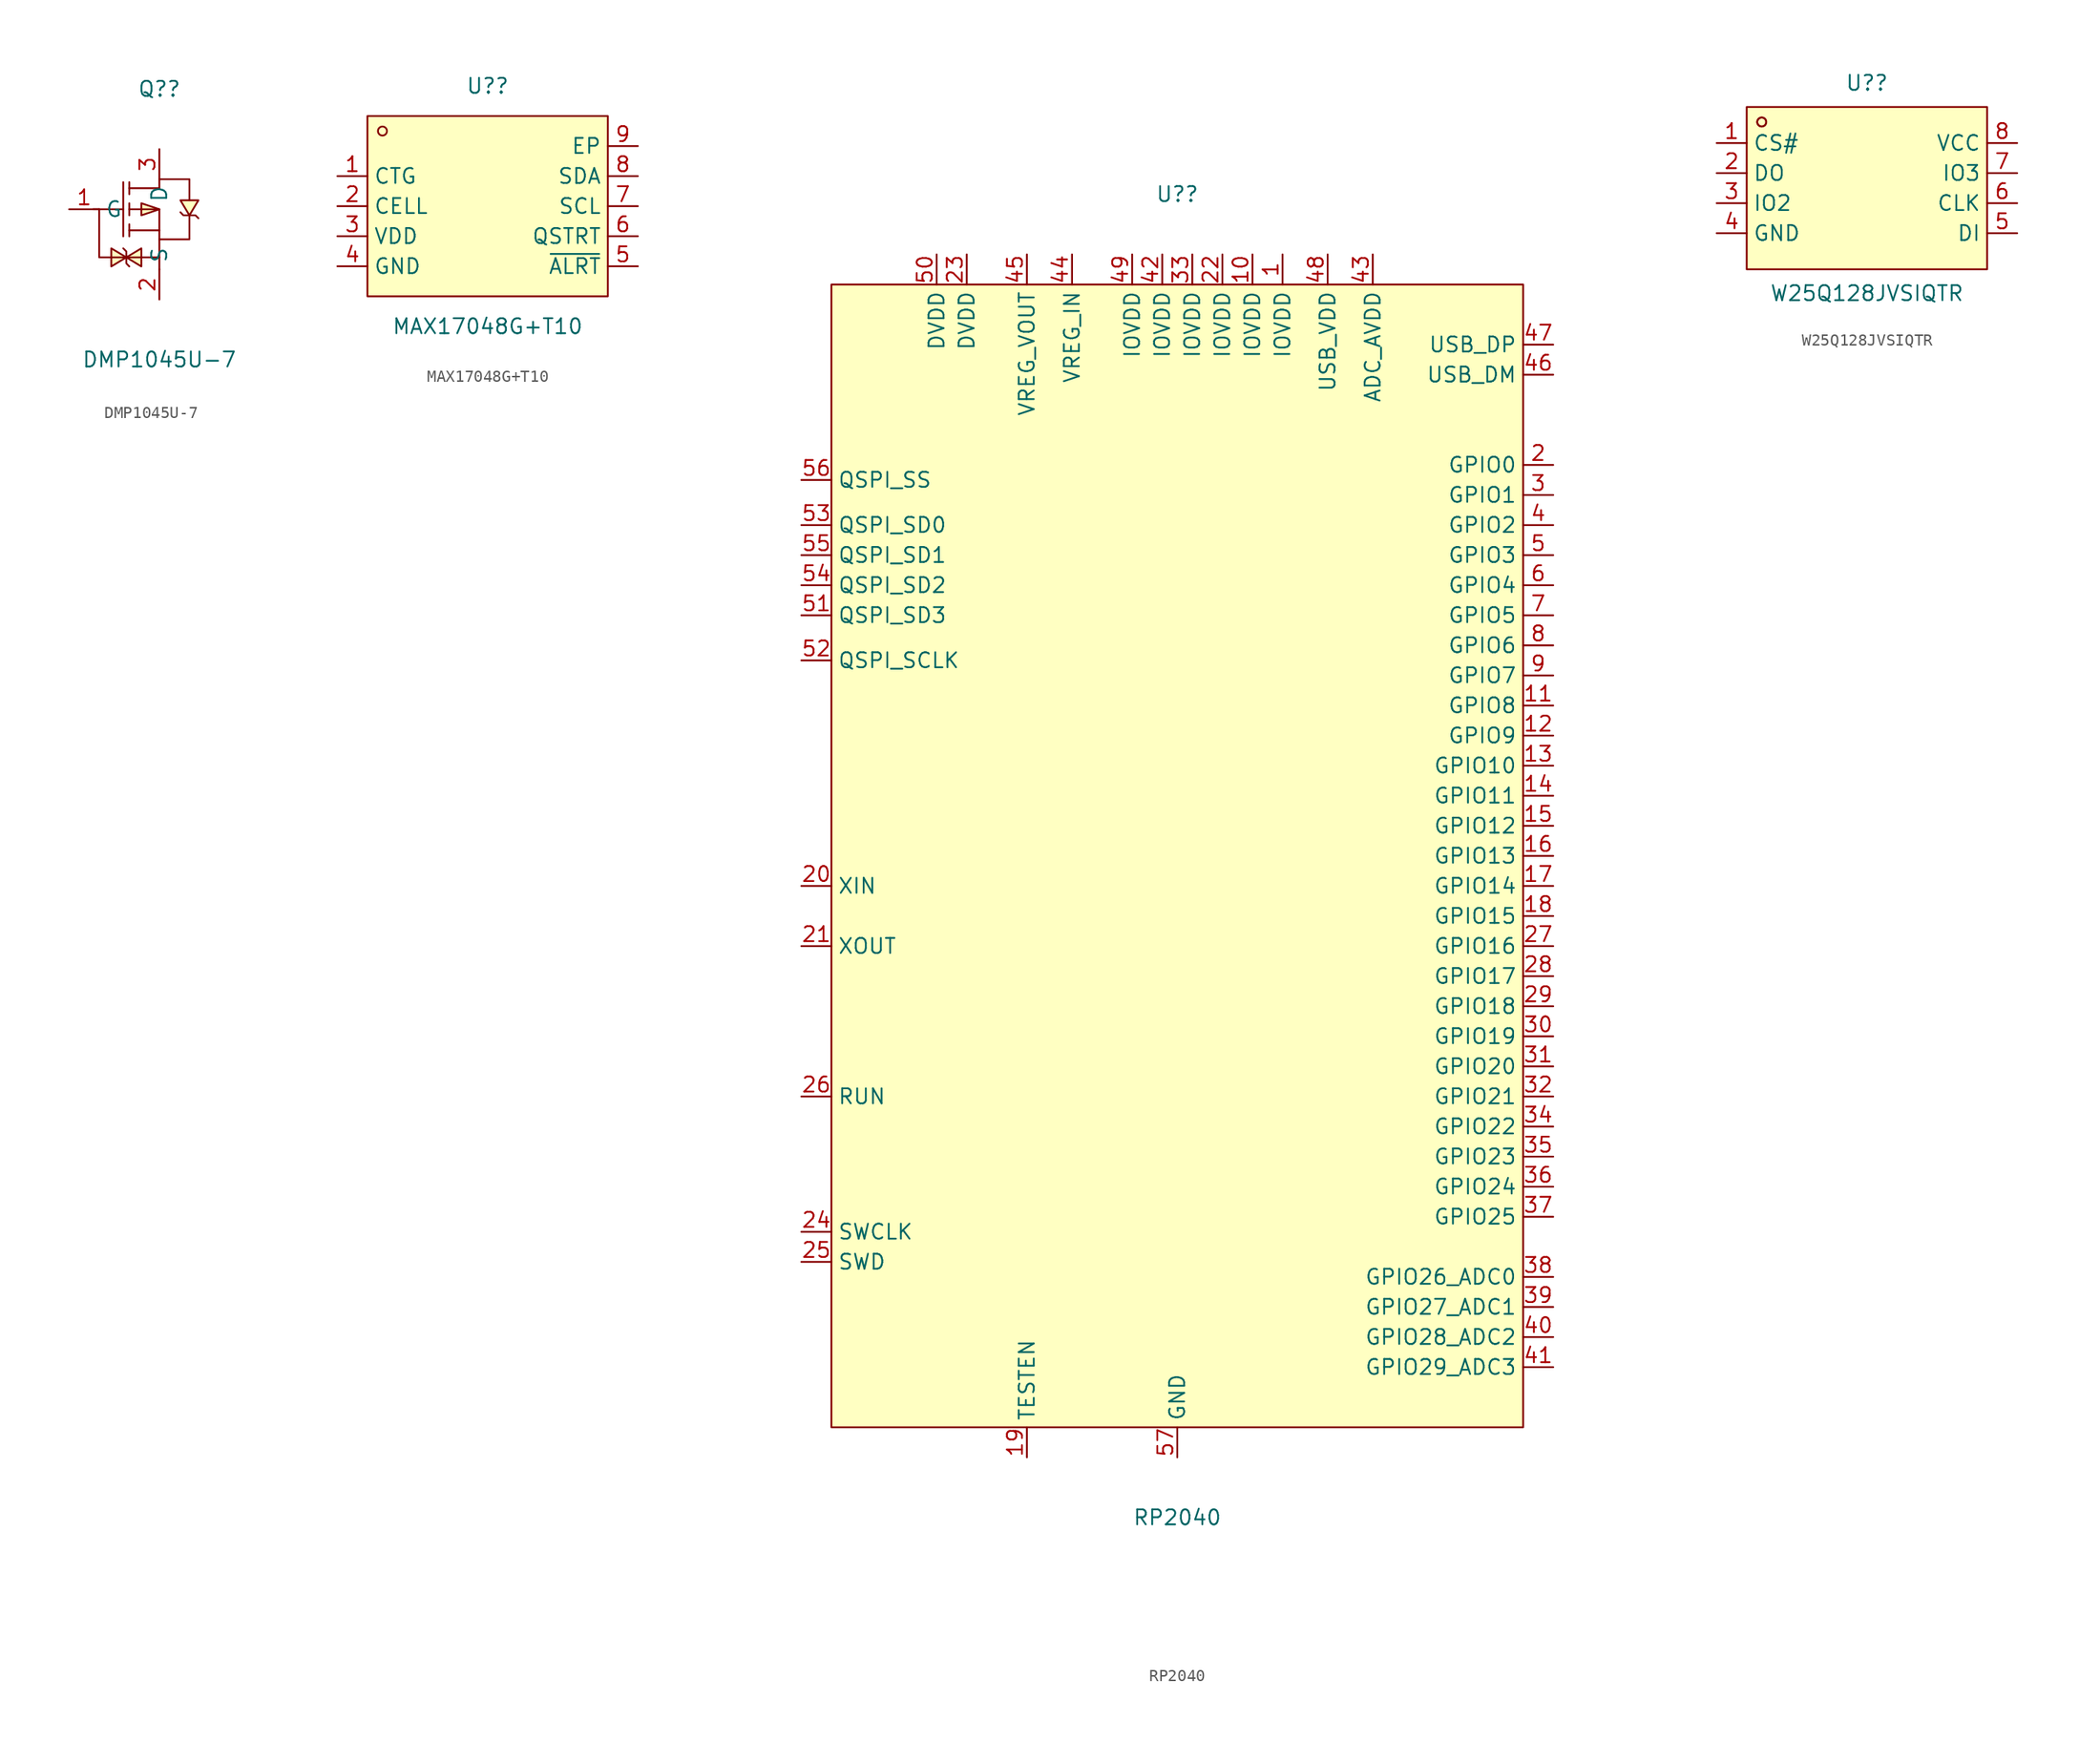
<source format=kicad_sym>
(kicad_symbol_lib
  (version 20211014)
  (generator https://github.com/uPesy/easyeda2kicad.py)
  (symbol "DMP1045U-7"
    (property "Reference" "Q?"
      (at 0 10.16 0)
      (effects (font (size 1.27 1.27))))
    (property "Value" "DMP1045U-7"
      (at 0 -12.7 0)
      (effects (font (size 1.27 1.27))))
    (symbol "DMP1045U-7_0_1"
      (polyline (pts (xy -5.59 0) (xy -3.05 0)) (stroke (width 0) (type default) (color 0 0 0 0)) (fill (type none)))
      (polyline (pts (xy -3.05 2.29) (xy -3.05 -2.29)) (stroke (width 0) (type default) (color 0 0 0 0)) (fill (type none)))
      (polyline (pts (xy -2.54 -2.29) (xy -2.54 -1.27)) (stroke (width 0) (type default) (color 0 0 0 0)) (fill (type none)))
      (polyline (pts (xy -2.54 -0.51) (xy -2.54 0.51)) (stroke (width 0) (type default) (color 0 0 0 0)) (fill (type none)))
      (polyline (pts (xy -2.54 1.27) (xy -2.54 2.29)) (stroke (width 0) (type default) (color 0 0 0 0)) (fill (type none)))
      (polyline (pts (xy 0 -2.54) (xy 0 -5.08)) (stroke (width 0) (type default) (color 0 0 0 0)) (fill (type none)))
      (polyline (pts (xy 0 -1.78) (xy -2.54 -1.78)) (stroke (width 0) (type default) (color 0 0 0 0)) (fill (type none)))
      (polyline (pts (xy 0 1.78) (xy -2.54 1.78)) (stroke (width 0) (type default) (color 0 0 0 0)) (fill (type none)))
      (polyline (pts (xy -2.54 0) (xy 0 0) (xy 0 -2.54)) (stroke (width 0) (type default) (color 0 0 0 0)) (fill (type none)))
      (polyline (pts (xy 0 -2.54) (xy 2.54 -2.54) (xy 2.54 -0.51)) (stroke (width 0) (type default) (color 0 0 0 0)) (fill (type none)))
      (polyline (pts (xy -2.79 -4.06) (xy -4.06 -3.3) (xy -4.06 -4.83) (xy -2.79 -4.06)) (stroke (width 0) (type default) (color 0 0 0 0)) (fill (type background)))
      (polyline (pts (xy -2.79 -4.06) (xy -1.52 -4.83) (xy -1.52 -3.3) (xy -2.79 -4.06)) (stroke (width 0) (type default) (color 0 0 0 0)) (fill (type background)))
      (polyline (pts (xy -2.54 -4.83) (xy -2.79 -4.57) (xy -2.79 -3.56) (xy -3.05 -3.3)) (stroke (width 0) (type default) (color 0 0 0 0)) (fill (type none)))
      (polyline (pts (xy 0 -4.06) (xy -5.08 -4.06) (xy -5.08 -1.52) (xy -5.08 0)) (stroke (width 0) (type default) (color 0 0 0 0)) (fill (type none)))
      (polyline (pts (xy 0 0) (xy -1.52 0.51) (xy -1.52 -0.51) (xy 0 0)) (stroke (width 0) (type default) (color 0 0 0 0)) (fill (type background)))
      (polyline (pts (xy 0 1.78) (xy 0 2.54) (xy 2.54 2.54) (xy 2.54 0.76)) (stroke (width 0) (type default) (color 0 0 0 0)) (fill (type none)))
      (polyline (pts (xy 2.54 -0.51) (xy 3.3 0.76) (xy 1.78 0.76) (xy 2.54 -0.51)) (stroke (width 0) (type default) (color 0 0 0 0)) (fill (type background)))
      (polyline (pts (xy 3.3 -0.76) (xy 3.05 -0.51) (xy 2.03 -0.51) (xy 1.78 -0.25)) (stroke (width 0) (type default) (color 0 0 0 0)) (fill (type none)))
      (pin unspecified line (at -7.62 0 0) (length 2.54) (name "G" (effects (font (size 1.27 1.27)))) (number "1" (effects (font (size 1.27 1.27)))))
      (pin unspecified line (at 0 -7.62 90) (length 2.54) (name "S" (effects (font (size 1.27 1.27)))) (number "2" (effects (font (size 1.27 1.27)))))
      (pin unspecified line (at 0 5.08 270) (length 2.54) (name "D" (effects (font (size 1.27 1.27)))) (number "3" (effects (font (size 1.27 1.27)))))))
  (symbol "MAX17048G+T10"
    (property "Reference" "U?"
      (at 0 10.16 0)
      (effects (font (size 1.27 1.27))))
    (property "Value" "MAX17048G+T10"
      (at 0 -10.16 0)
      (effects (font (size 1.27 1.27))))
    (symbol "MAX17048G+T10_0_1"
      (rectangle (start -10.16 7.62) (end 10.16 -7.62) (stroke (width 0) (type default) (color 0 0 0 0)) (fill (type background)))
      (circle (center -8.89 6.35) (radius 0.38) (stroke (width 0) (type default) (color 0 0 0 0)) (fill (type none)))
      (pin unspecified line (at -12.7 2.54 0) (length 2.54) (name "CTG" (effects (font (size 1.27 1.27)))) (number "1" (effects (font (size 1.27 1.27)))))
      (pin unspecified line (at -12.7 0 0) (length 2.54) (name "CELL" (effects (font (size 1.27 1.27)))) (number "2" (effects (font (size 1.27 1.27)))))
      (pin unspecified line (at -12.7 -2.54 0) (length 2.54) (name "VDD" (effects (font (size 1.27 1.27)))) (number "3" (effects (font (size 1.27 1.27)))))
      (pin unspecified line (at -12.7 -5.08 0) (length 2.54) (name "GND" (effects (font (size 1.27 1.27)))) (number "4" (effects (font (size 1.27 1.27)))))
      (pin unspecified line (at 12.7 -5.08 180) (length 2.54) (name "~{ALRT}" (effects (font (size 1.27 1.27)))) (number "5" (effects (font (size 1.27 1.27)))))
      (pin unspecified line (at 12.7 -2.54 180) (length 2.54) (name "QSTRT" (effects (font (size 1.27 1.27)))) (number "6" (effects (font (size 1.27 1.27)))))
      (pin unspecified line (at 12.7 0 180) (length 2.54) (name "SCL" (effects (font (size 1.27 1.27)))) (number "7" (effects (font (size 1.27 1.27)))))
      (pin unspecified line (at 12.7 2.54 180) (length 2.54) (name "SDA" (effects (font (size 1.27 1.27)))) (number "8" (effects (font (size 1.27 1.27)))))
      (pin unspecified line (at 12.7 5.08 180) (length 2.54) (name "EP" (effects (font (size 1.27 1.27)))) (number "9" (effects (font (size 1.27 1.27)))))))
  (symbol "RP2040"
    (property "Reference" "U?"
      (at 0 58.42 0)
      (effects (font (size 1.27 1.27))))
    (property "Value" "RP2040"
      (at 0 -53.34 0)
      (effects (font (size 1.27 1.27))))
    (symbol "RP2040_0_1"
      (rectangle (start -29.21 50.80) (end 29.21 -45.72) (stroke (width 0) (type default) (color 0 0 0 0)) (fill (type background)))
      (pin bidirectional line (at 31.75 17.78 180) (length 2.54) (name "GPIO7" (effects (font (size 1.27 1.27)))) (number "9" (effects (font (size 1.27 1.27)))))
      (pin bidirectional line (at 31.75 20.32 180) (length 2.54) (name "GPIO6" (effects (font (size 1.27 1.27)))) (number "8" (effects (font (size 1.27 1.27)))))
      (pin bidirectional line (at 31.75 22.86 180) (length 2.54) (name "GPIO5" (effects (font (size 1.27 1.27)))) (number "7" (effects (font (size 1.27 1.27)))))
      (pin bidirectional line (at 31.75 25.40 180) (length 2.54) (name "GPIO4" (effects (font (size 1.27 1.27)))) (number "6" (effects (font (size 1.27 1.27)))))
      (pin bidirectional line (at 0.00 -48.26 90) (length 2.54) (name "GND" (effects (font (size 1.27 1.27)))) (number "57" (effects (font (size 1.27 1.27)))))
      (pin bidirectional line (at -31.75 34.29 0) (length 2.54) (name "QSPI_SS" (effects (font (size 1.27 1.27)))) (number "56" (effects (font (size 1.27 1.27)))))
      (pin bidirectional line (at -31.75 27.94 0) (length 2.54) (name "QSPI_SD1" (effects (font (size 1.27 1.27)))) (number "55" (effects (font (size 1.27 1.27)))))
      (pin bidirectional line (at -31.75 25.40 0) (length 2.54) (name "QSPI_SD2" (effects (font (size 1.27 1.27)))) (number "54" (effects (font (size 1.27 1.27)))))
      (pin bidirectional line (at -31.75 30.48 0) (length 2.54) (name "QSPI_SD0" (effects (font (size 1.27 1.27)))) (number "53" (effects (font (size 1.27 1.27)))))
      (pin output line (at -31.75 19.05 0) (length 2.54) (name "QSPI_SCLK" (effects (font (size 1.27 1.27)))) (number "52" (effects (font (size 1.27 1.27)))))
      (pin bidirectional line (at -31.75 22.86 0) (length 2.54) (name "QSPI_SD3" (effects (font (size 1.27 1.27)))) (number "51" (effects (font (size 1.27 1.27)))))
      (pin bidirectional line (at -20.32 53.34 270) (length 2.54) (name "DVDD" (effects (font (size 1.27 1.27)))) (number "50" (effects (font (size 1.27 1.27)))))
      (pin bidirectional line (at 31.75 27.94 180) (length 2.54) (name "GPIO3" (effects (font (size 1.27 1.27)))) (number "5" (effects (font (size 1.27 1.27)))))
      (pin bidirectional line (at -3.81 53.34 270) (length 2.54) (name "IOVDD" (effects (font (size 1.27 1.27)))) (number "49" (effects (font (size 1.27 1.27)))))
      (pin bidirectional line (at 12.70 53.34 270) (length 2.54) (name "USB_VDD" (effects (font (size 1.27 1.27)))) (number "48" (effects (font (size 1.27 1.27)))))
      (pin bidirectional line (at 31.75 45.72 180) (length 2.54) (name "USB_DP" (effects (font (size 1.27 1.27)))) (number "47" (effects (font (size 1.27 1.27)))))
      (pin bidirectional line (at 31.75 43.18 180) (length 2.54) (name "USB_DM" (effects (font (size 1.27 1.27)))) (number "46" (effects (font (size 1.27 1.27)))))
      (pin bidirectional line (at -12.70 53.34 270) (length 2.54) (name "VREG_VOUT" (effects (font (size 1.27 1.27)))) (number "45" (effects (font (size 1.27 1.27)))))
      (pin bidirectional line (at -8.89 53.34 270) (length 2.54) (name "VREG_IN" (effects (font (size 1.27 1.27)))) (number "44" (effects (font (size 1.27 1.27)))))
      (pin bidirectional line (at 16.51 53.34 270) (length 2.54) (name "ADC_AVDD" (effects (font (size 1.27 1.27)))) (number "43" (effects (font (size 1.27 1.27)))))
      (pin bidirectional line (at -1.27 53.34 270) (length 2.54) (name "IOVDD" (effects (font (size 1.27 1.27)))) (number "42" (effects (font (size 1.27 1.27)))))
      (pin bidirectional line (at 31.75 -40.64 180) (length 2.54) (name "GPIO29_ADC3" (effects (font (size 1.27 1.27)))) (number "41" (effects (font (size 1.27 1.27)))))
      (pin bidirectional line (at 31.75 -38.10 180) (length 2.54) (name "GPIO28_ADC2" (effects (font (size 1.27 1.27)))) (number "40" (effects (font (size 1.27 1.27)))))
      (pin bidirectional line (at 31.75 30.48 180) (length 2.54) (name "GPIO2" (effects (font (size 1.27 1.27)))) (number "4" (effects (font (size 1.27 1.27)))))
      (pin bidirectional line (at 31.75 -35.56 180) (length 2.54) (name "GPIO27_ADC1" (effects (font (size 1.27 1.27)))) (number "39" (effects (font (size 1.27 1.27)))))
      (pin bidirectional line (at 31.75 -33.02 180) (length 2.54) (name "GPIO26_ADC0" (effects (font (size 1.27 1.27)))) (number "38" (effects (font (size 1.27 1.27)))))
      (pin bidirectional line (at 31.75 -27.94 180) (length 2.54) (name "GPIO25" (effects (font (size 1.27 1.27)))) (number "37" (effects (font (size 1.27 1.27)))))
      (pin bidirectional line (at 31.75 -25.40 180) (length 2.54) (name "GPIO24" (effects (font (size 1.27 1.27)))) (number "36" (effects (font (size 1.27 1.27)))))
      (pin bidirectional line (at 31.75 -22.86 180) (length 2.54) (name "GPIO23" (effects (font (size 1.27 1.27)))) (number "35" (effects (font (size 1.27 1.27)))))
      (pin bidirectional line (at 31.75 -20.32 180) (length 2.54) (name "GPIO22" (effects (font (size 1.27 1.27)))) (number "34" (effects (font (size 1.27 1.27)))))
      (pin bidirectional line (at 1.27 53.34 270) (length 2.54) (name "IOVDD" (effects (font (size 1.27 1.27)))) (number "33" (effects (font (size 1.27 1.27)))))
      (pin bidirectional line (at 31.75 -17.78 180) (length 2.54) (name "GPIO21" (effects (font (size 1.27 1.27)))) (number "32" (effects (font (size 1.27 1.27)))))
      (pin bidirectional line (at 31.75 -15.24 180) (length 2.54) (name "GPIO20" (effects (font (size 1.27 1.27)))) (number "31" (effects (font (size 1.27 1.27)))))
      (pin bidirectional line (at 31.75 -12.70 180) (length 2.54) (name "GPIO19" (effects (font (size 1.27 1.27)))) (number "30" (effects (font (size 1.27 1.27)))))
      (pin bidirectional line (at 31.75 33.02 180) (length 2.54) (name "GPIO1" (effects (font (size 1.27 1.27)))) (number "3" (effects (font (size 1.27 1.27)))))
      (pin bidirectional line (at 31.75 -10.16 180) (length 2.54) (name "GPIO18" (effects (font (size 1.27 1.27)))) (number "29" (effects (font (size 1.27 1.27)))))
      (pin bidirectional line (at 31.75 -7.62 180) (length 2.54) (name "GPIO17" (effects (font (size 1.27 1.27)))) (number "28" (effects (font (size 1.27 1.27)))))
      (pin bidirectional line (at 31.75 -5.08 180) (length 2.54) (name "GPIO16" (effects (font (size 1.27 1.27)))) (number "27" (effects (font (size 1.27 1.27)))))
      (pin input line (at -31.75 -17.78 0) (length 2.54) (name "RUN" (effects (font (size 1.27 1.27)))) (number "26" (effects (font (size 1.27 1.27)))))
      (pin bidirectional line (at -31.75 -31.75 0) (length 2.54) (name "SWD" (effects (font (size 1.27 1.27)))) (number "25" (effects (font (size 1.27 1.27)))))
      (pin output line (at -31.75 -29.21 0) (length 2.54) (name "SWCLK" (effects (font (size 1.27 1.27)))) (number "24" (effects (font (size 1.27 1.27)))))
      (pin bidirectional line (at -17.78 53.34 270) (length 2.54) (name "DVDD" (effects (font (size 1.27 1.27)))) (number "23" (effects (font (size 1.27 1.27)))))
      (pin bidirectional line (at 3.81 53.34 270) (length 2.54) (name "IOVDD" (effects (font (size 1.27 1.27)))) (number "22" (effects (font (size 1.27 1.27)))))
      (pin unspecified line (at -31.75 -5.08 0) (length 2.54) (name "XOUT" (effects (font (size 1.27 1.27)))) (number "21" (effects (font (size 1.27 1.27)))))
      (pin input line (at -31.75 -0.00 0) (length 2.54) (name "XIN" (effects (font (size 1.27 1.27)))) (number "20" (effects (font (size 1.27 1.27)))))
      (pin bidirectional line (at 31.75 35.56 180) (length 2.54) (name "GPIO0" (effects (font (size 1.27 1.27)))) (number "2" (effects (font (size 1.27 1.27)))))
      (pin unspecified line (at -12.70 -48.26 90) (length 2.54) (name "TESTEN" (effects (font (size 1.27 1.27)))) (number "19" (effects (font (size 1.27 1.27)))))
      (pin bidirectional line (at 31.75 -2.54 180) (length 2.54) (name "GPIO15" (effects (font (size 1.27 1.27)))) (number "18" (effects (font (size 1.27 1.27)))))
      (pin bidirectional line (at 31.75 -0.00 180) (length 2.54) (name "GPIO14" (effects (font (size 1.27 1.27)))) (number "17" (effects (font (size 1.27 1.27)))))
      (pin bidirectional line (at 31.75 2.54 180) (length 2.54) (name "GPIO13" (effects (font (size 1.27 1.27)))) (number "16" (effects (font (size 1.27 1.27)))))
      (pin bidirectional line (at 31.75 5.08 180) (length 2.54) (name "GPIO12" (effects (font (size 1.27 1.27)))) (number "15" (effects (font (size 1.27 1.27)))))
      (pin bidirectional line (at 31.75 7.62 180) (length 2.54) (name "GPIO11" (effects (font (size 1.27 1.27)))) (number "14" (effects (font (size 1.27 1.27)))))
      (pin bidirectional line (at 31.75 10.16 180) (length 2.54) (name "GPIO10" (effects (font (size 1.27 1.27)))) (number "13" (effects (font (size 1.27 1.27)))))
      (pin bidirectional line (at 31.75 12.70 180) (length 2.54) (name "GPIO9" (effects (font (size 1.27 1.27)))) (number "12" (effects (font (size 1.27 1.27)))))
      (pin bidirectional line (at 31.75 15.24 180) (length 2.54) (name "GPIO8" (effects (font (size 1.27 1.27)))) (number "11" (effects (font (size 1.27 1.27)))))
      (pin bidirectional line (at 6.35 53.34 270) (length 2.54) (name "IOVDD" (effects (font (size 1.27 1.27)))) (number "10" (effects (font (size 1.27 1.27)))))
      (pin bidirectional line (at 8.89 53.34 270) (length 2.54) (name "IOVDD" (effects (font (size 1.27 1.27)))) (number "1" (effects (font (size 1.27 1.27)))))))
  (symbol "W25Q128JVSIQTR"
    (property "Reference" "U?"
      (at 0 8.89 0)
      (effects (font (size 1.27 1.27))))
    (property "Value" "W25Q128JVSIQTR"
      (at 0 -8.89 0)
      (effects (font (size 1.27 1.27))))
    (symbol "W25Q128JVSIQTR_0_1"
      (rectangle (start -10.16 6.86) (end 10.16 -6.86) (stroke (width 0) (type default) (color 0 0 0 0)) (fill (type background)))
      (circle (center -8.89 5.59) (radius 0.38) (stroke (width 0) (type default) (color 0 0 0 0)) (fill (type none)))
      (circle (center -8.89 5.59) (radius 0.38) (stroke (width 0) (type default) (color 0 0 0 0)) (fill (type none)))
      (pin unspecified line (at -12.70 3.81 0) (length 2.54) (name "CS#" (effects (font (size 1.27 1.27)))) (number "1" (effects (font (size 1.27 1.27)))))
      (pin unspecified line (at -12.70 1.27 0) (length 2.54) (name "DO" (effects (font (size 1.27 1.27)))) (number "2" (effects (font (size 1.27 1.27)))))
      (pin unspecified line (at -12.70 -1.27 0) (length 2.54) (name "IO2" (effects (font (size 1.27 1.27)))) (number "3" (effects (font (size 1.27 1.27)))))
      (pin unspecified line (at -12.70 -3.81 0) (length 2.54) (name "GND" (effects (font (size 1.27 1.27)))) (number "4" (effects (font (size 1.27 1.27)))))
      (pin unspecified line (at 12.70 -3.81 180) (length 2.54) (name "DI" (effects (font (size 1.27 1.27)))) (number "5" (effects (font (size 1.27 1.27)))))
      (pin unspecified line (at 12.70 -1.27 180) (length 2.54) (name "CLK" (effects (font (size 1.27 1.27)))) (number "6" (effects (font (size 1.27 1.27)))))
      (pin unspecified line (at 12.70 1.27 180) (length 2.54) (name "IO3" (effects (font (size 1.27 1.27)))) (number "7" (effects (font (size 1.27 1.27)))))
      (pin unspecified line (at 12.70 3.81 180) (length 2.54) (name "VCC" (effects (font (size 1.27 1.27)))) (number "8" (effects (font (size 1.27 1.27))))))))
</source>
